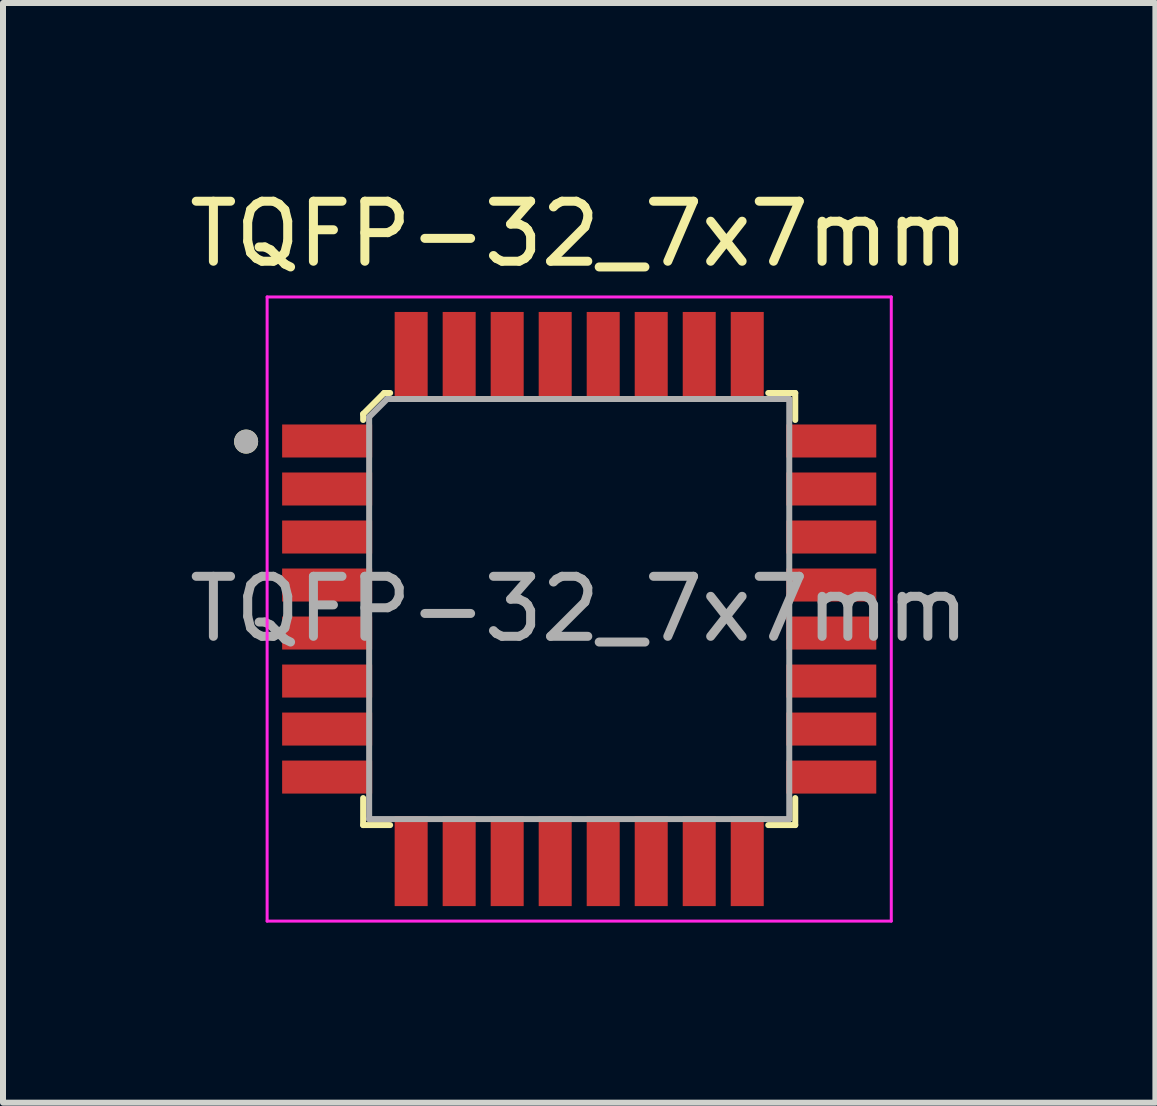
<source format=kicad_pcb>
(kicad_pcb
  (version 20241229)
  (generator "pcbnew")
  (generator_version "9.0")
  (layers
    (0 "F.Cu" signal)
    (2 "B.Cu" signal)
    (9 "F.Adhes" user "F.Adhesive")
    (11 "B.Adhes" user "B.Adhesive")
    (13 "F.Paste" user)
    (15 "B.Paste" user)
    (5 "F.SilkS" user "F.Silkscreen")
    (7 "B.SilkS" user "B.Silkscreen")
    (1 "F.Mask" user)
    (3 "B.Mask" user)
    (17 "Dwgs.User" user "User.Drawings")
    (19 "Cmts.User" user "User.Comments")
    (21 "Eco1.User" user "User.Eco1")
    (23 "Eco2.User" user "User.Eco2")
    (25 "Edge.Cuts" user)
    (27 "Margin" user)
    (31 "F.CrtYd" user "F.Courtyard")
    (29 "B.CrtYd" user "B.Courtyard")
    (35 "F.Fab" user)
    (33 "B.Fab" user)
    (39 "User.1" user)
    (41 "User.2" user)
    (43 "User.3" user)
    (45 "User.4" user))
  (footprint "TQFP-32_7x7mm"
    (layer "F.Cu")
    (at 6.601 7.098)
    (property "Reference" "TQFP-32_7x7mm" (at 0 -6.25 0) (layer "F.SilkS") (effects (font (size 1 1) (thickness 0.15))))
    (attr smd)
    (fp_line (start -3.6 -3.25) (end -3.6 -3.15) (stroke (width 0.1) (type solid)) (layer "F.SilkS"))
    (fp_line (start -3.6 3.6) (end -3.6 3.15) (stroke (width 0.1) (type solid)) (layer "F.SilkS"))
    (fp_line (start -3.6 3.6) (end -3.15 3.6) (stroke (width 0.1) (type solid)) (layer "F.SilkS"))
    (fp_line (start -3.25 -3.6) (end -3.6 -3.25) (stroke (width 0.1) (type solid)) (layer "F.SilkS"))
    (fp_line (start -3.15 -3.6) (end -3.25 -3.6) (stroke (width 0.1) (type solid)) (layer "F.SilkS"))
    (fp_line (start 3.6 -3.6) (end 3.15 -3.6) (stroke (width 0.1) (type solid)) (layer "F.SilkS"))
    (fp_line (start 3.6 -3.6) (end 3.6 -3.15) (stroke (width 0.1) (type solid)) (layer "F.SilkS"))
    (fp_line (start 3.6 3.6) (end 3.15 3.6) (stroke (width 0.1) (type solid)) (layer "F.SilkS"))
    (fp_line (start 3.6 3.6) (end 3.6 3.15) (stroke (width 0.1) (type solid)) (layer "F.SilkS"))
    (fp_circle (center -5.55 -2.79) (end -5.45 -2.79) (stroke (width 0.2) (type solid)) (fill no) (layer "F.SilkS"))
    (fp_line (start -5.2 -5.2) (end -5.2 5.2) (stroke (width 0.05) (type solid)) (layer "F.CrtYd"))
    (fp_line (start -5.2 -5.2) (end 5.2 -5.2) (stroke (width 0.05) (type solid)) (layer "F.CrtYd"))
    (fp_line (start -5.2 5.2) (end 5.2 5.2) (stroke (width 0.05) (type solid)) (layer "F.CrtYd"))
    (fp_line (start 5.2 -5.2) (end 5.2 5.2) (stroke (width 0.05) (type solid)) (layer "F.CrtYd"))
    (fp_line (start -3.5 -3.2) (end -3.5 3.5) (stroke (width 0.1) (type solid)) (layer "F.Fab"))
    (fp_line (start -3.5 -3.2) (end -3.2 -3.5) (stroke (width 0.1) (type solid)) (layer "F.Fab"))
    (fp_line (start -3.5 3.5) (end 3.5 3.5) (stroke (width 0.1) (type solid)) (layer "F.Fab"))
    (fp_line (start -3.2 -3.5) (end 3.5 -3.5) (stroke (width 0.1) (type solid)) (layer "F.Fab"))
    (fp_line (start 3.5 -3.5) (end 3.5 3.5) (stroke (width 0.1) (type solid)) (layer "F.Fab"))
    (fp_circle (center -5.55 -2.79) (end -5.45 -2.79) (stroke (width 0.2) (type solid)) (fill no) (layer "F.Fab"))
    (fp_text user "${REFERENCE}" (at 0 0 0) (layer "F.Fab") (effects (font (size 1 1) (thickness 0.15))))
    (pad "1" smd rect (at -4.2 -2.8) (size 1.5 0.55) (layers "F.Cu" "F.Mask" "F.Paste"))
    (pad "2" smd rect (at -4.2 -2) (size 1.5 0.55) (layers "F.Cu" "F.Mask" "F.Paste"))
    (pad "3" smd rect (at -4.2 -1.2) (size 1.5 0.55) (layers "F.Cu" "F.Mask" "F.Paste"))
    (pad "4" smd rect (at -4.2 -0.4) (size 1.5 0.55) (layers "F.Cu" "F.Mask" "F.Paste"))
    (pad "5" smd rect (at -4.2 0.4) (size 1.5 0.55) (layers "F.Cu" "F.Mask" "F.Paste"))
    (pad "6" smd rect (at -4.2 1.2) (size 1.5 0.55) (layers "F.Cu" "F.Mask" "F.Paste"))
    (pad "7" smd rect (at -4.2 2) (size 1.5 0.55) (layers "F.Cu" "F.Mask" "F.Paste"))
    (pad "8" smd rect (at -4.2 2.8) (size 1.5 0.55) (layers "F.Cu" "F.Mask" "F.Paste"))
    (pad "9" smd rect (at -2.8 4.2) (size 0.55 1.5) (layers "F.Cu" "F.Mask" "F.Paste"))
    (pad "10" smd rect (at -2 4.2) (size 0.55 1.5) (layers "F.Cu" "F.Mask" "F.Paste"))
    (pad "11" smd rect (at -1.2 4.2) (size 0.55 1.5) (layers "F.Cu" "F.Mask" "F.Paste"))
    (pad "12" smd rect (at -0.4 4.2) (size 0.55 1.5) (layers "F.Cu" "F.Mask" "F.Paste"))
    (pad "13" smd rect (at 0.4 4.2) (size 0.55 1.5) (layers "F.Cu" "F.Mask" "F.Paste"))
    (pad "14" smd rect (at 1.2 4.2) (size 0.55 1.5) (layers "F.Cu" "F.Mask" "F.Paste"))
    (pad "15" smd rect (at 2 4.2) (size 0.55 1.5) (layers "F.Cu" "F.Mask" "F.Paste"))
    (pad "16" smd rect (at 2.8 4.2) (size 0.55 1.5) (layers "F.Cu" "F.Mask" "F.Paste"))
    (pad "17" smd rect (at 4.2 2.8) (size 1.5 0.55) (layers "F.Cu" "F.Mask" "F.Paste"))
    (pad "18" smd rect (at 4.2 2) (size 1.5 0.55) (layers "F.Cu" "F.Mask" "F.Paste"))
    (pad "19" smd rect (at 4.2 1.2) (size 1.5 0.55) (layers "F.Cu" "F.Mask" "F.Paste"))
    (pad "20" smd rect (at 4.2 0.4) (size 1.5 0.55) (layers "F.Cu" "F.Mask" "F.Paste"))
    (pad "21" smd rect (at 4.2 -0.4) (size 1.5 0.55) (layers "F.Cu" "F.Mask" "F.Paste"))
    (pad "22" smd rect (at 4.2 -1.2) (size 1.5 0.55) (layers "F.Cu" "F.Mask" "F.Paste"))
    (pad "23" smd rect (at 4.2 -2) (size 1.5 0.55) (layers "F.Cu" "F.Mask" "F.Paste"))
    (pad "24" smd rect (at 4.2 -2.8) (size 1.5 0.55) (layers "F.Cu" "F.Mask" "F.Paste"))
    (pad "25" smd rect (at 2.8 -4.2) (size 0.55 1.5) (layers "F.Cu" "F.Mask" "F.Paste"))
    (pad "26" smd rect (at 2 -4.2) (size 0.55 1.5) (layers "F.Cu" "F.Mask" "F.Paste"))
    (pad "27" smd rect (at 1.2 -4.2) (size 0.55 1.5) (layers "F.Cu" "F.Mask" "F.Paste"))
    (pad "28" smd rect (at 0.4 -4.2) (size 0.55 1.5) (layers "F.Cu" "F.Mask" "F.Paste"))
    (pad "29" smd rect (at -0.4 -4.2) (size 0.55 1.5) (layers "F.Cu" "F.Mask" "F.Paste"))
    (pad "30" smd rect (at -1.2 -4.2) (size 0.55 1.5) (layers "F.Cu" "F.Mask" "F.Paste"))
    (pad "31" smd rect (at -2 -4.2) (size 0.55 1.5) (layers "F.Cu" "F.Mask" "F.Paste"))
    (pad "32" smd rect (at -2.8 -4.2) (size 0.55 1.5) (layers "F.Cu" "F.Mask" "F.Paste")))
  (gr_rect
    (start -3 -3)
    (end 16.202 15.323)
    (stroke (width 0.1) (type default))
    (fill no)
    (layer "Edge.Cuts")))
</source>
